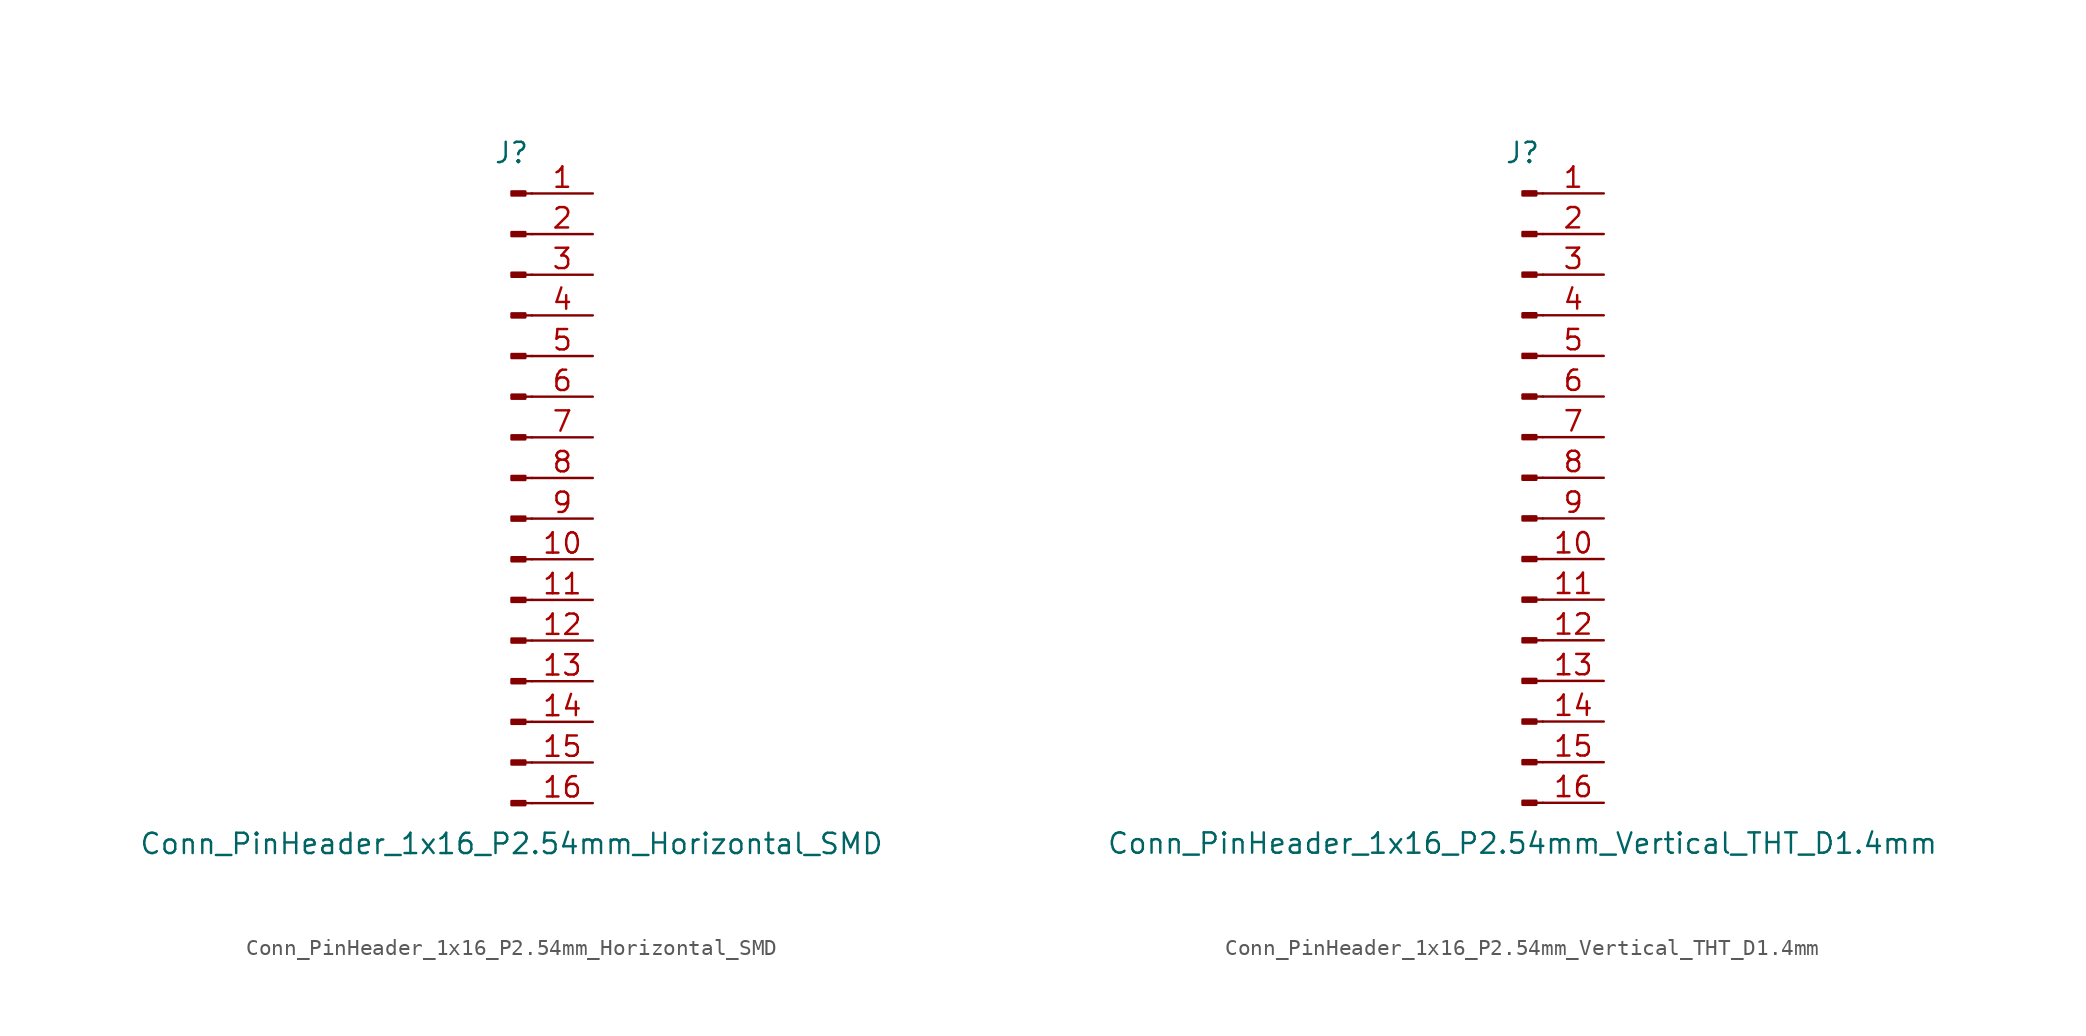
<source format=kicad_sym>
(kicad_symbol_lib
  (version 20220914)
  (generator kicad_symbol_editor)
  (symbol "Conn_PinHeader_1x16_P2.54mm_Horizontal_SMD"
    (pin_names
      (offset 1.016) hide)
    (property "Reference" "J"
      (at 0 20.32 0)
      (effects (font (size 1.27 1.27))))
    (property "Value" "Conn_PinHeader_1x16_P2.54mm_Horizontal_SMD"
      (at 0 -22.86 0)
      (effects (font (size 1.27 1.27))))
    (symbol "Conn_PinHeader_1x16_P2.54mm_Horizontal_SMD_1_1"
      (polyline (pts (xy 1.27 -20.32) (xy 0.864 -20.32)) (stroke (width 0.152) (type solid)) (fill (type none)))
      (polyline (pts (xy 1.27 -17.78) (xy 0.864 -17.78)) (stroke (width 0.152) (type solid)) (fill (type none)))
      (polyline (pts (xy 1.27 -15.24) (xy 0.864 -15.24)) (stroke (width 0.152) (type solid)) (fill (type none)))
      (polyline (pts (xy 1.27 -12.7) (xy 0.864 -12.7)) (stroke (width 0.152) (type solid)) (fill (type none)))
      (polyline (pts (xy 1.27 -10.16) (xy 0.864 -10.16)) (stroke (width 0.152) (type solid)) (fill (type none)))
      (polyline (pts (xy 1.27 -7.62) (xy 0.864 -7.62)) (stroke (width 0.152) (type solid)) (fill (type none)))
      (polyline (pts (xy 1.27 -5.08) (xy 0.864 -5.08)) (stroke (width 0.152) (type solid)) (fill (type none)))
      (polyline (pts (xy 1.27 -2.54) (xy 0.864 -2.54)) (stroke (width 0.152) (type solid)) (fill (type none)))
      (polyline (pts (xy 1.27 0) (xy 0.864 0)) (stroke (width 0.152) (type solid)) (fill (type none)))
      (polyline (pts (xy 1.27 2.54) (xy 0.864 2.54)) (stroke (width 0.152) (type solid)) (fill (type none)))
      (polyline (pts (xy 1.27 5.08) (xy 0.864 5.08)) (stroke (width 0.152) (type solid)) (fill (type none)))
      (polyline (pts (xy 1.27 7.62) (xy 0.864 7.62)) (stroke (width 0.152) (type solid)) (fill (type none)))
      (polyline (pts (xy 1.27 10.16) (xy 0.864 10.16)) (stroke (width 0.152) (type solid)) (fill (type none)))
      (polyline (pts (xy 1.27 12.7) (xy 0.864 12.7)) (stroke (width 0.152) (type solid)) (fill (type none)))
      (polyline (pts (xy 1.27 15.24) (xy 0.864 15.24)) (stroke (width 0.152) (type solid)) (fill (type none)))
      (polyline (pts (xy 1.27 17.78) (xy 0.864 17.78)) (stroke (width 0.152) (type solid)) (fill (type none)))
      (rectangle (start 0.864 -20.193) (end 0 -20.447) (stroke (width 0.152) (type solid)) (fill (type outline)))
      (rectangle (start 0.864 -17.653) (end 0 -17.907) (stroke (width 0.152) (type solid)) (fill (type outline)))
      (rectangle (start 0.864 -15.113) (end 0 -15.367) (stroke (width 0.152) (type solid)) (fill (type outline)))
      (rectangle (start 0.864 -12.573) (end 0 -12.827) (stroke (width 0.152) (type solid)) (fill (type outline)))
      (rectangle (start 0.864 -10.033) (end 0 -10.287) (stroke (width 0.152) (type solid)) (fill (type outline)))
      (rectangle (start 0.864 -7.493) (end 0 -7.747) (stroke (width 0.152) (type solid)) (fill (type outline)))
      (rectangle (start 0.864 -4.953) (end 0 -5.207) (stroke (width 0.152) (type solid)) (fill (type outline)))
      (rectangle (start 0.864 -2.413) (end 0 -2.667) (stroke (width 0.152) (type solid)) (fill (type outline)))
      (rectangle (start 0.864 0.127) (end 0 -0.127) (stroke (width 0.152) (type solid)) (fill (type outline)))
      (rectangle (start 0.864 2.667) (end 0 2.413) (stroke (width 0.152) (type solid)) (fill (type outline)))
      (rectangle (start 0.864 5.207) (end 0 4.953) (stroke (width 0.152) (type solid)) (fill (type outline)))
      (rectangle (start 0.864 7.747) (end 0 7.493) (stroke (width 0.152) (type solid)) (fill (type outline)))
      (rectangle (start 0.864 10.287) (end 0 10.033) (stroke (width 0.152) (type solid)) (fill (type outline)))
      (rectangle (start 0.864 12.827) (end 0 12.573) (stroke (width 0.152) (type solid)) (fill (type outline)))
      (rectangle (start 0.864 15.367) (end 0 15.113) (stroke (width 0.152) (type solid)) (fill (type outline)))
      (rectangle (start 0.864 17.907) (end 0 17.653) (stroke (width 0.152) (type solid)) (fill (type outline)))
      (pin passive line (at 5.08 17.78 180) (length 3.81) (name "Pin_1" (effects (font (size 1.27 1.27)))) (number "1" (effects (font (size 1.27 1.27)))))
      (pin passive line (at 5.08 -5.08 180) (length 3.81) (name "Pin_10" (effects (font (size 1.27 1.27)))) (number "10" (effects (font (size 1.27 1.27)))))
      (pin passive line (at 5.08 -7.62 180) (length 3.81) (name "Pin_11" (effects (font (size 1.27 1.27)))) (number "11" (effects (font (size 1.27 1.27)))))
      (pin passive line (at 5.08 -10.16 180) (length 3.81) (name "Pin_12" (effects (font (size 1.27 1.27)))) (number "12" (effects (font (size 1.27 1.27)))))
      (pin passive line (at 5.08 -12.7 180) (length 3.81) (name "Pin_13" (effects (font (size 1.27 1.27)))) (number "13" (effects (font (size 1.27 1.27)))))
      (pin passive line (at 5.08 -15.24 180) (length 3.81) (name "Pin_14" (effects (font (size 1.27 1.27)))) (number "14" (effects (font (size 1.27 1.27)))))
      (pin passive line (at 5.08 -17.78 180) (length 3.81) (name "Pin_15" (effects (font (size 1.27 1.27)))) (number "15" (effects (font (size 1.27 1.27)))))
      (pin passive line (at 5.08 -20.32 180) (length 3.81) (name "Pin_16" (effects (font (size 1.27 1.27)))) (number "16" (effects (font (size 1.27 1.27)))))
      (pin passive line (at 5.08 15.24 180) (length 3.81) (name "Pin_2" (effects (font (size 1.27 1.27)))) (number "2" (effects (font (size 1.27 1.27)))))
      (pin passive line (at 5.08 12.7 180) (length 3.81) (name "Pin_3" (effects (font (size 1.27 1.27)))) (number "3" (effects (font (size 1.27 1.27)))))
      (pin passive line (at 5.08 10.16 180) (length 3.81) (name "Pin_4" (effects (font (size 1.27 1.27)))) (number "4" (effects (font (size 1.27 1.27)))))
      (pin passive line (at 5.08 7.62 180) (length 3.81) (name "Pin_5" (effects (font (size 1.27 1.27)))) (number "5" (effects (font (size 1.27 1.27)))))
      (pin passive line (at 5.08 5.08 180) (length 3.81) (name "Pin_6" (effects (font (size 1.27 1.27)))) (number "6" (effects (font (size 1.27 1.27)))))
      (pin passive line (at 5.08 2.54 180) (length 3.81) (name "Pin_7" (effects (font (size 1.27 1.27)))) (number "7" (effects (font (size 1.27 1.27)))))
      (pin passive line (at 5.08 0 180) (length 3.81) (name "Pin_8" (effects (font (size 1.27 1.27)))) (number "8" (effects (font (size 1.27 1.27)))))
      (pin passive line (at 5.08 -2.54 180) (length 3.81) (name "Pin_9" (effects (font (size 1.27 1.27)))) (number "9" (effects (font (size 1.27 1.27)))))))
  (symbol "Conn_PinHeader_1x16_P2.54mm_Vertical_THT_D1.4mm"
    (pin_names
      (offset 1.016) hide)
    (property "Reference" "J"
      (at 0 20.32 0)
      (effects (font (size 1.27 1.27))))
    (property "Value" "Conn_PinHeader_1x16_P2.54mm_Vertical_THT_D1.4mm"
      (at 0 -22.86 0)
      (effects (font (size 1.27 1.27))))
    (symbol "Conn_PinHeader_1x16_P2.54mm_Vertical_THT_D1.4mm_1_1"
      (polyline (pts (xy 1.27 -20.32) (xy 0.864 -20.32)) (stroke (width 0.152) (type solid)) (fill (type none)))
      (polyline (pts (xy 1.27 -17.78) (xy 0.864 -17.78)) (stroke (width 0.152) (type solid)) (fill (type none)))
      (polyline (pts (xy 1.27 -15.24) (xy 0.864 -15.24)) (stroke (width 0.152) (type solid)) (fill (type none)))
      (polyline (pts (xy 1.27 -12.7) (xy 0.864 -12.7)) (stroke (width 0.152) (type solid)) (fill (type none)))
      (polyline (pts (xy 1.27 -10.16) (xy 0.864 -10.16)) (stroke (width 0.152) (type solid)) (fill (type none)))
      (polyline (pts (xy 1.27 -7.62) (xy 0.864 -7.62)) (stroke (width 0.152) (type solid)) (fill (type none)))
      (polyline (pts (xy 1.27 -5.08) (xy 0.864 -5.08)) (stroke (width 0.152) (type solid)) (fill (type none)))
      (polyline (pts (xy 1.27 -2.54) (xy 0.864 -2.54)) (stroke (width 0.152) (type solid)) (fill (type none)))
      (polyline (pts (xy 1.27 0) (xy 0.864 0)) (stroke (width 0.152) (type solid)) (fill (type none)))
      (polyline (pts (xy 1.27 2.54) (xy 0.864 2.54)) (stroke (width 0.152) (type solid)) (fill (type none)))
      (polyline (pts (xy 1.27 5.08) (xy 0.864 5.08)) (stroke (width 0.152) (type solid)) (fill (type none)))
      (polyline (pts (xy 1.27 7.62) (xy 0.864 7.62)) (stroke (width 0.152) (type solid)) (fill (type none)))
      (polyline (pts (xy 1.27 10.16) (xy 0.864 10.16)) (stroke (width 0.152) (type solid)) (fill (type none)))
      (polyline (pts (xy 1.27 12.7) (xy 0.864 12.7)) (stroke (width 0.152) (type solid)) (fill (type none)))
      (polyline (pts (xy 1.27 15.24) (xy 0.864 15.24)) (stroke (width 0.152) (type solid)) (fill (type none)))
      (polyline (pts (xy 1.27 17.78) (xy 0.864 17.78)) (stroke (width 0.152) (type solid)) (fill (type none)))
      (rectangle (start 0.864 -20.193) (end 0 -20.447) (stroke (width 0.152) (type solid)) (fill (type outline)))
      (rectangle (start 0.864 -17.653) (end 0 -17.907) (stroke (width 0.152) (type solid)) (fill (type outline)))
      (rectangle (start 0.864 -15.113) (end 0 -15.367) (stroke (width 0.152) (type solid)) (fill (type outline)))
      (rectangle (start 0.864 -12.573) (end 0 -12.827) (stroke (width 0.152) (type solid)) (fill (type outline)))
      (rectangle (start 0.864 -10.033) (end 0 -10.287) (stroke (width 0.152) (type solid)) (fill (type outline)))
      (rectangle (start 0.864 -7.493) (end 0 -7.747) (stroke (width 0.152) (type solid)) (fill (type outline)))
      (rectangle (start 0.864 -4.953) (end 0 -5.207) (stroke (width 0.152) (type solid)) (fill (type outline)))
      (rectangle (start 0.864 -2.413) (end 0 -2.667) (stroke (width 0.152) (type solid)) (fill (type outline)))
      (rectangle (start 0.864 0.127) (end 0 -0.127) (stroke (width 0.152) (type solid)) (fill (type outline)))
      (rectangle (start 0.864 2.667) (end 0 2.413) (stroke (width 0.152) (type solid)) (fill (type outline)))
      (rectangle (start 0.864 5.207) (end 0 4.953) (stroke (width 0.152) (type solid)) (fill (type outline)))
      (rectangle (start 0.864 7.747) (end 0 7.493) (stroke (width 0.152) (type solid)) (fill (type outline)))
      (rectangle (start 0.864 10.287) (end 0 10.033) (stroke (width 0.152) (type solid)) (fill (type outline)))
      (rectangle (start 0.864 12.827) (end 0 12.573) (stroke (width 0.152) (type solid)) (fill (type outline)))
      (rectangle (start 0.864 15.367) (end 0 15.113) (stroke (width 0.152) (type solid)) (fill (type outline)))
      (rectangle (start 0.864 17.907) (end 0 17.653) (stroke (width 0.152) (type solid)) (fill (type outline)))
      (pin passive line (at 5.08 17.78 180) (length 3.81) (name "Pin_1" (effects (font (size 1.27 1.27)))) (number "1" (effects (font (size 1.27 1.27)))))
      (pin passive line (at 5.08 -5.08 180) (length 3.81) (name "Pin_10" (effects (font (size 1.27 1.27)))) (number "10" (effects (font (size 1.27 1.27)))))
      (pin passive line (at 5.08 -7.62 180) (length 3.81) (name "Pin_11" (effects (font (size 1.27 1.27)))) (number "11" (effects (font (size 1.27 1.27)))))
      (pin passive line (at 5.08 -10.16 180) (length 3.81) (name "Pin_12" (effects (font (size 1.27 1.27)))) (number "12" (effects (font (size 1.27 1.27)))))
      (pin passive line (at 5.08 -12.7 180) (length 3.81) (name "Pin_13" (effects (font (size 1.27 1.27)))) (number "13" (effects (font (size 1.27 1.27)))))
      (pin passive line (at 5.08 -15.24 180) (length 3.81) (name "Pin_14" (effects (font (size 1.27 1.27)))) (number "14" (effects (font (size 1.27 1.27)))))
      (pin passive line (at 5.08 -17.78 180) (length 3.81) (name "Pin_15" (effects (font (size 1.27 1.27)))) (number "15" (effects (font (size 1.27 1.27)))))
      (pin passive line (at 5.08 -20.32 180) (length 3.81) (name "Pin_16" (effects (font (size 1.27 1.27)))) (number "16" (effects (font (size 1.27 1.27)))))
      (pin passive line (at 5.08 15.24 180) (length 3.81) (name "Pin_2" (effects (font (size 1.27 1.27)))) (number "2" (effects (font (size 1.27 1.27)))))
      (pin passive line (at 5.08 12.7 180) (length 3.81) (name "Pin_3" (effects (font (size 1.27 1.27)))) (number "3" (effects (font (size 1.27 1.27)))))
      (pin passive line (at 5.08 10.16 180) (length 3.81) (name "Pin_4" (effects (font (size 1.27 1.27)))) (number "4" (effects (font (size 1.27 1.27)))))
      (pin passive line (at 5.08 7.62 180) (length 3.81) (name "Pin_5" (effects (font (size 1.27 1.27)))) (number "5" (effects (font (size 1.27 1.27)))))
      (pin passive line (at 5.08 5.08 180) (length 3.81) (name "Pin_6" (effects (font (size 1.27 1.27)))) (number "6" (effects (font (size 1.27 1.27)))))
      (pin passive line (at 5.08 2.54 180) (length 3.81) (name "Pin_7" (effects (font (size 1.27 1.27)))) (number "7" (effects (font (size 1.27 1.27)))))
      (pin passive line (at 5.08 0 180) (length 3.81) (name "Pin_8" (effects (font (size 1.27 1.27)))) (number "8" (effects (font (size 1.27 1.27)))))
      (pin passive line (at 5.08 -2.54 180) (length 3.81) (name "Pin_9" (effects (font (size 1.27 1.27)))) (number "9" (effects (font (size 1.27 1.27))))))))
</source>
